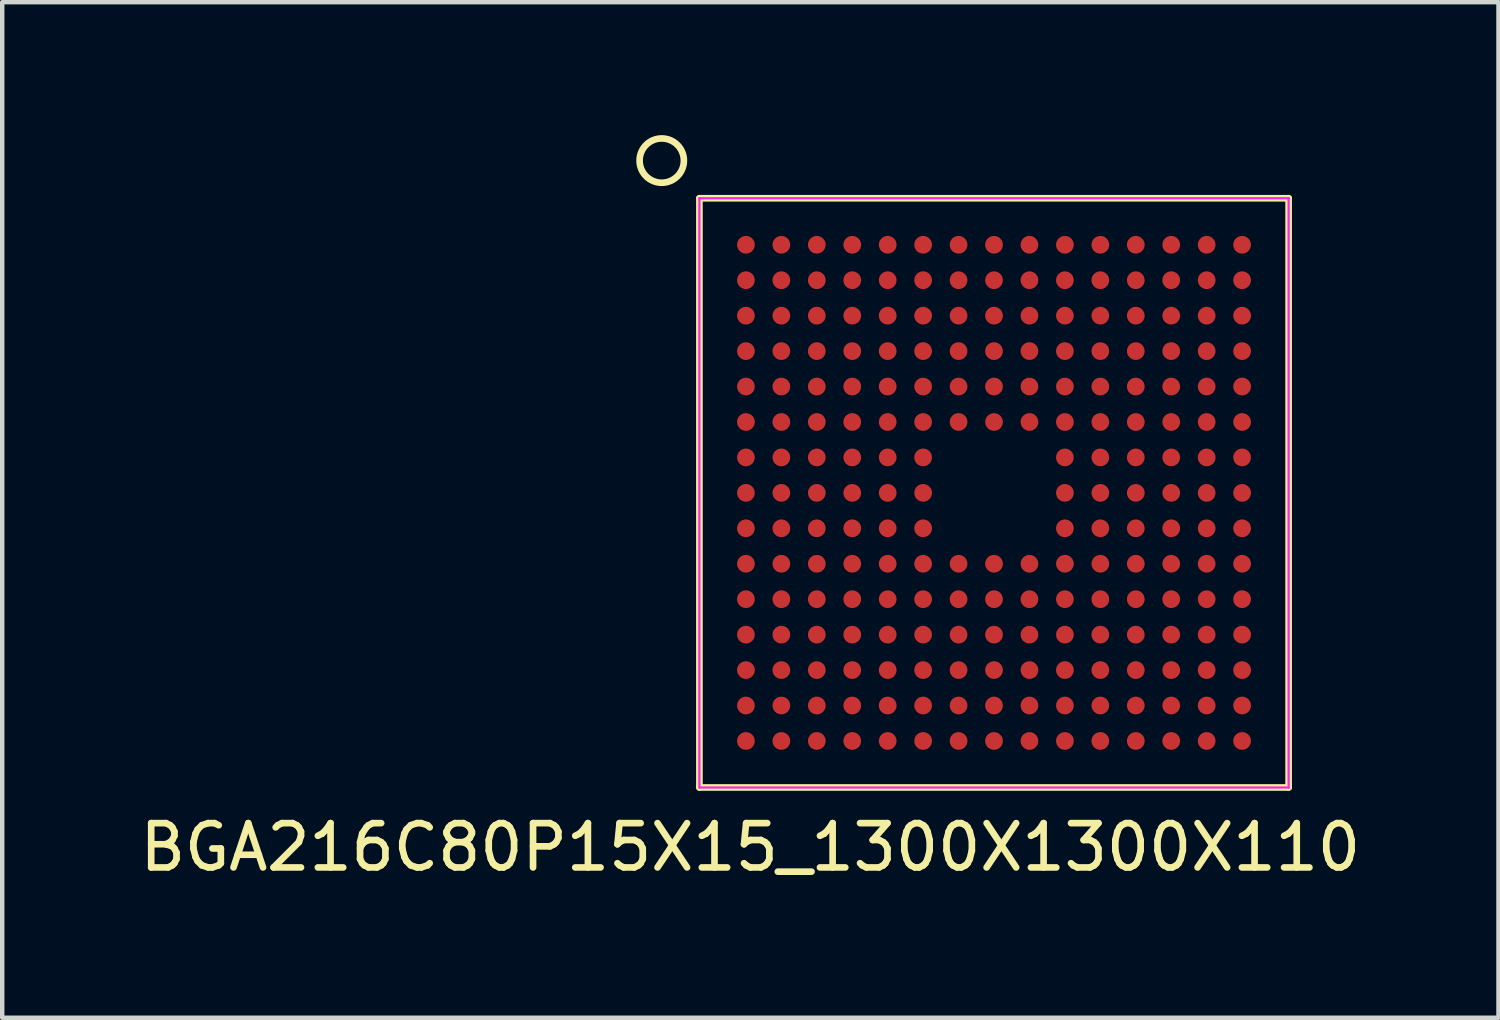
<source format=kicad_pcb>
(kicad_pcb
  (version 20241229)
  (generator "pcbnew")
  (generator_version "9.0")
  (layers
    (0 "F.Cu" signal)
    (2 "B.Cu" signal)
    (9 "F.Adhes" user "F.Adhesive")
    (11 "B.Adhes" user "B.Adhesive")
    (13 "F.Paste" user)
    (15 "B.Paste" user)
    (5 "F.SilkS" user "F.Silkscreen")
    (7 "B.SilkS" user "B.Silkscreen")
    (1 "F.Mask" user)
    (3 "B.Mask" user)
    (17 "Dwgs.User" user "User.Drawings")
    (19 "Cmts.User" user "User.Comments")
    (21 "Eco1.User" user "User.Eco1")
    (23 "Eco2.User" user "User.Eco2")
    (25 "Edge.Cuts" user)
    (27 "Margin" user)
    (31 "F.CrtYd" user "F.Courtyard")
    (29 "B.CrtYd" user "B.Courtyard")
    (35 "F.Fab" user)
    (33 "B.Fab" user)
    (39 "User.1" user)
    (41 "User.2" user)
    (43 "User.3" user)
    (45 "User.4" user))
  (footprint "BGA216C80P15X15_1300X1300X110"
    (layer "F.Cu")
    (at 19.387 8.075)
    (property "Reference" "BGA216C80P15X15_1300X1300X110" (at -5.5 8 0) (layer "F.SilkS") (effects (font (size 1 1) (thickness 0.15))))
    (attr smd)
    (fp_line (start -6.65 -6.65) (end -6.65 6.65) (stroke (width 0.15) (type solid)) (layer "F.SilkS"))
    (fp_line (start -6.65 6.65) (end 6.65 6.65) (stroke (width 0.15) (type solid)) (layer "F.SilkS"))
    (fp_line (start 6.65 -6.65) (end -6.65 -6.65) (stroke (width 0.15) (type solid)) (layer "F.SilkS"))
    (fp_line (start 6.65 6.65) (end 6.65 -6.65) (stroke (width 0.15) (type solid)) (layer "F.SilkS"))
    (fp_circle (center -7.5 -7.5) (end -7.5 -8) (stroke (width 0.15) (type solid)) (fill no) (layer "F.SilkS"))
    (fp_line (start -6.65 -6.65) (end -6.65 6.65) (stroke (width 0.05) (type solid)) (layer "F.CrtYd"))
    (fp_line (start -6.65 6.65) (end 6.65 6.65) (stroke (width 0.05) (type solid)) (layer "F.CrtYd"))
    (fp_line (start 6.65 -6.65) (end -6.65 -6.65) (stroke (width 0.05) (type solid)) (layer "F.CrtYd"))
    (fp_line (start 6.65 6.65) (end 6.65 -6.65) (stroke (width 0.05) (type solid)) (layer "F.CrtYd"))
    (pad "A1" smd circle (at -5.6 -5.6) (size 0.4 0.4) (layers "F.Cu" "F.Mask" "F.Paste"))
    (pad "A2" smd circle (at -4.8 -5.6) (size 0.4 0.4) (layers "F.Cu" "F.Mask" "F.Paste"))
    (pad "A3" smd circle (at -4 -5.6) (size 0.4 0.4) (layers "F.Cu" "F.Mask" "F.Paste"))
    (pad "A4" smd circle (at -3.2 -5.6) (size 0.4 0.4) (layers "F.Cu" "F.Mask" "F.Paste"))
    (pad "A5" smd circle (at -2.4 -5.6) (size 0.4 0.4) (layers "F.Cu" "F.Mask" "F.Paste"))
    (pad "A6" smd circle (at -1.6 -5.6) (size 0.4 0.4) (layers "F.Cu" "F.Mask" "F.Paste"))
    (pad "A7" smd circle (at -0.8 -5.6) (size 0.4 0.4) (layers "F.Cu" "F.Mask" "F.Paste"))
    (pad "A8" smd circle (at 0 -5.6) (size 0.4 0.4) (layers "F.Cu" "F.Mask" "F.Paste"))
    (pad "A9" smd circle (at 0.8 -5.6) (size 0.4 0.4) (layers "F.Cu" "F.Mask" "F.Paste"))
    (pad "A10" smd circle (at 1.6 -5.6) (size 0.4 0.4) (layers "F.Cu" "F.Mask" "F.Paste"))
    (pad "A11" smd circle (at 2.4 -5.6) (size 0.4 0.4) (layers "F.Cu" "F.Mask" "F.Paste"))
    (pad "A12" smd circle (at 3.2 -5.6) (size 0.4 0.4) (layers "F.Cu" "F.Mask" "F.Paste"))
    (pad "A13" smd circle (at 4 -5.6) (size 0.4 0.4) (layers "F.Cu" "F.Mask" "F.Paste"))
    (pad "A14" smd circle (at 4.8 -5.6) (size 0.4 0.4) (layers "F.Cu" "F.Mask" "F.Paste"))
    (pad "A15" smd circle (at 5.6 -5.6) (size 0.4 0.4) (layers "F.Cu" "F.Mask" "F.Paste"))
    (pad "B1" smd circle (at -5.6 -4.8) (size 0.4 0.4) (layers "F.Cu" "F.Mask" "F.Paste"))
    (pad "B2" smd circle (at -4.8 -4.8) (size 0.4 0.4) (layers "F.Cu" "F.Mask" "F.Paste"))
    (pad "B3" smd circle (at -4 -4.8) (size 0.4 0.4) (layers "F.Cu" "F.Mask" "F.Paste"))
    (pad "B4" smd circle (at -3.2 -4.8) (size 0.4 0.4) (layers "F.Cu" "F.Mask" "F.Paste"))
    (pad "B5" smd circle (at -2.4 -4.8) (size 0.4 0.4) (layers "F.Cu" "F.Mask" "F.Paste"))
    (pad "B6" smd circle (at -1.6 -4.8) (size 0.4 0.4) (layers "F.Cu" "F.Mask" "F.Paste"))
    (pad "B7" smd circle (at -0.8 -4.8) (size 0.4 0.4) (layers "F.Cu" "F.Mask" "F.Paste"))
    (pad "B8" smd circle (at 0 -4.8) (size 0.4 0.4) (layers "F.Cu" "F.Mask" "F.Paste"))
    (pad "B9" smd circle (at 0.8 -4.8) (size 0.4 0.4) (layers "F.Cu" "F.Mask" "F.Paste"))
    (pad "B10" smd circle (at 1.6 -4.8) (size 0.4 0.4) (layers "F.Cu" "F.Mask" "F.Paste"))
    (pad "B11" smd circle (at 2.4 -4.8) (size 0.4 0.4) (layers "F.Cu" "F.Mask" "F.Paste"))
    (pad "B12" smd circle (at 3.2 -4.8) (size 0.4 0.4) (layers "F.Cu" "F.Mask" "F.Paste"))
    (pad "B13" smd circle (at 4 -4.8) (size 0.4 0.4) (layers "F.Cu" "F.Mask" "F.Paste"))
    (pad "B14" smd circle (at 4.8 -4.8) (size 0.4 0.4) (layers "F.Cu" "F.Mask" "F.Paste"))
    (pad "B15" smd circle (at 5.6 -4.8) (size 0.4 0.4) (layers "F.Cu" "F.Mask" "F.Paste"))
    (pad "C1" smd circle (at -5.6 -4) (size 0.4 0.4) (layers "F.Cu" "F.Mask" "F.Paste"))
    (pad "C2" smd circle (at -4.8 -4) (size 0.4 0.4) (layers "F.Cu" "F.Mask" "F.Paste"))
    (pad "C3" smd circle (at -4 -4) (size 0.4 0.4) (layers "F.Cu" "F.Mask" "F.Paste"))
    (pad "C4" smd circle (at -3.2 -4) (size 0.4 0.4) (layers "F.Cu" "F.Mask" "F.Paste"))
    (pad "C5" smd circle (at -2.4 -4) (size 0.4 0.4) (layers "F.Cu" "F.Mask" "F.Paste"))
    (pad "C6" smd circle (at -1.6 -4) (size 0.4 0.4) (layers "F.Cu" "F.Mask" "F.Paste"))
    (pad "C7" smd circle (at -0.8 -4) (size 0.4 0.4) (layers "F.Cu" "F.Mask" "F.Paste"))
    (pad "C8" smd circle (at 0 -4) (size 0.4 0.4) (layers "F.Cu" "F.Mask" "F.Paste"))
    (pad "C9" smd circle (at 0.8 -4) (size 0.4 0.4) (layers "F.Cu" "F.Mask" "F.Paste"))
    (pad "C10" smd circle (at 1.6 -4) (size 0.4 0.4) (layers "F.Cu" "F.Mask" "F.Paste"))
    (pad "C11" smd circle (at 2.4 -4) (size 0.4 0.4) (layers "F.Cu" "F.Mask" "F.Paste"))
    (pad "C12" smd circle (at 3.2 -4) (size 0.4 0.4) (layers "F.Cu" "F.Mask" "F.Paste"))
    (pad "C13" smd circle (at 4 -4) (size 0.4 0.4) (layers "F.Cu" "F.Mask" "F.Paste"))
    (pad "C14" smd circle (at 4.8 -4) (size 0.4 0.4) (layers "F.Cu" "F.Mask" "F.Paste"))
    (pad "C15" smd circle (at 5.6 -4) (size 0.4 0.4) (layers "F.Cu" "F.Mask" "F.Paste"))
    (pad "D1" smd circle (at -5.6 -3.2) (size 0.4 0.4) (layers "F.Cu" "F.Mask" "F.Paste"))
    (pad "D2" smd circle (at -4.8 -3.2) (size 0.4 0.4) (layers "F.Cu" "F.Mask" "F.Paste"))
    (pad "D3" smd circle (at -4 -3.2) (size 0.4 0.4) (layers "F.Cu" "F.Mask" "F.Paste"))
    (pad "D4" smd circle (at -3.2 -3.2) (size 0.4 0.4) (layers "F.Cu" "F.Mask" "F.Paste"))
    (pad "D5" smd circle (at -2.4 -3.2) (size 0.4 0.4) (layers "F.Cu" "F.Mask" "F.Paste"))
    (pad "D6" smd circle (at -1.6 -3.2) (size 0.4 0.4) (layers "F.Cu" "F.Mask" "F.Paste"))
    (pad "D7" smd circle (at -0.8 -3.2) (size 0.4 0.4) (layers "F.Cu" "F.Mask" "F.Paste"))
    (pad "D8" smd circle (at 0 -3.2) (size 0.4 0.4) (layers "F.Cu" "F.Mask" "F.Paste"))
    (pad "D9" smd circle (at 0.8 -3.2) (size 0.4 0.4) (layers "F.Cu" "F.Mask" "F.Paste"))
    (pad "D10" smd circle (at 1.6 -3.2) (size 0.4 0.4) (layers "F.Cu" "F.Mask" "F.Paste"))
    (pad "D11" smd circle (at 2.4 -3.2) (size 0.4 0.4) (layers "F.Cu" "F.Mask" "F.Paste"))
    (pad "D12" smd circle (at 3.2 -3.2) (size 0.4 0.4) (layers "F.Cu" "F.Mask" "F.Paste"))
    (pad "D13" smd circle (at 4 -3.2) (size 0.4 0.4) (layers "F.Cu" "F.Mask" "F.Paste"))
    (pad "D14" smd circle (at 4.8 -3.2) (size 0.4 0.4) (layers "F.Cu" "F.Mask" "F.Paste"))
    (pad "D15" smd circle (at 5.6 -3.2) (size 0.4 0.4) (layers "F.Cu" "F.Mask" "F.Paste"))
    (pad "E1" smd circle (at -5.6 -2.4) (size 0.4 0.4) (layers "F.Cu" "F.Mask" "F.Paste"))
    (pad "E2" smd circle (at -4.8 -2.4) (size 0.4 0.4) (layers "F.Cu" "F.Mask" "F.Paste"))
    (pad "E3" smd circle (at -4 -2.4) (size 0.4 0.4) (layers "F.Cu" "F.Mask" "F.Paste"))
    (pad "E4" smd circle (at -3.2 -2.4) (size 0.4 0.4) (layers "F.Cu" "F.Mask" "F.Paste"))
    (pad "E5" smd circle (at -2.4 -2.4) (size 0.4 0.4) (layers "F.Cu" "F.Mask" "F.Paste"))
    (pad "E6" smd circle (at -1.6 -2.4) (size 0.4 0.4) (layers "F.Cu" "F.Mask" "F.Paste"))
    (pad "E7" smd circle (at -0.8 -2.4) (size 0.4 0.4) (layers "F.Cu" "F.Mask" "F.Paste"))
    (pad "E8" smd circle (at 0 -2.4) (size 0.4 0.4) (layers "F.Cu" "F.Mask" "F.Paste"))
    (pad "E9" smd circle (at 0.8 -2.4) (size 0.4 0.4) (layers "F.Cu" "F.Mask" "F.Paste"))
    (pad "E10" smd circle (at 1.6 -2.4) (size 0.4 0.4) (layers "F.Cu" "F.Mask" "F.Paste"))
    (pad "E11" smd circle (at 2.4 -2.4) (size 0.4 0.4) (layers "F.Cu" "F.Mask" "F.Paste"))
    (pad "E12" smd circle (at 3.2 -2.4) (size 0.4 0.4) (layers "F.Cu" "F.Mask" "F.Paste"))
    (pad "E13" smd circle (at 4 -2.4) (size 0.4 0.4) (layers "F.Cu" "F.Mask" "F.Paste"))
    (pad "E14" smd circle (at 4.8 -2.4) (size 0.4 0.4) (layers "F.Cu" "F.Mask" "F.Paste"))
    (pad "E15" smd circle (at 5.6 -2.4) (size 0.4 0.4) (layers "F.Cu" "F.Mask" "F.Paste"))
    (pad "F1" smd circle (at -5.6 -1.6) (size 0.4 0.4) (layers "F.Cu" "F.Mask" "F.Paste"))
    (pad "F2" smd circle (at -4.8 -1.6) (size 0.4 0.4) (layers "F.Cu" "F.Mask" "F.Paste"))
    (pad "F3" smd circle (at -4 -1.6) (size 0.4 0.4) (layers "F.Cu" "F.Mask" "F.Paste"))
    (pad "F4" smd circle (at -3.2 -1.6) (size 0.4 0.4) (layers "F.Cu" "F.Mask" "F.Paste"))
    (pad "F5" smd circle (at -2.4 -1.6) (size 0.4 0.4) (layers "F.Cu" "F.Mask" "F.Paste"))
    (pad "F6" smd circle (at -1.6 -1.6) (size 0.4 0.4) (layers "F.Cu" "F.Mask" "F.Paste"))
    (pad "F7" smd circle (at -0.8 -1.6) (size 0.4 0.4) (layers "F.Cu" "F.Mask" "F.Paste"))
    (pad "F8" smd circle (at 0 -1.6) (size 0.4 0.4) (layers "F.Cu" "F.Mask" "F.Paste"))
    (pad "F9" smd circle (at 0.8 -1.6) (size 0.4 0.4) (layers "F.Cu" "F.Mask" "F.Paste"))
    (pad "F10" smd circle (at 1.6 -1.6) (size 0.4 0.4) (layers "F.Cu" "F.Mask" "F.Paste"))
    (pad "F11" smd circle (at 2.4 -1.6) (size 0.4 0.4) (layers "F.Cu" "F.Mask" "F.Paste"))
    (pad "F12" smd circle (at 3.2 -1.6) (size 0.4 0.4) (layers "F.Cu" "F.Mask" "F.Paste"))
    (pad "F13" smd circle (at 4 -1.6) (size 0.4 0.4) (layers "F.Cu" "F.Mask" "F.Paste"))
    (pad "F14" smd circle (at 4.8 -1.6) (size 0.4 0.4) (layers "F.Cu" "F.Mask" "F.Paste"))
    (pad "F15" smd circle (at 5.6 -1.6) (size 0.4 0.4) (layers "F.Cu" "F.Mask" "F.Paste"))
    (pad "G1" smd circle (at -5.6 -0.8) (size 0.4 0.4) (layers "F.Cu" "F.Mask" "F.Paste"))
    (pad "G2" smd circle (at -4.8 -0.8) (size 0.4 0.4) (layers "F.Cu" "F.Mask" "F.Paste"))
    (pad "G3" smd circle (at -4 -0.8) (size 0.4 0.4) (layers "F.Cu" "F.Mask" "F.Paste"))
    (pad "G4" smd circle (at -3.2 -0.8) (size 0.4 0.4) (layers "F.Cu" "F.Mask" "F.Paste"))
    (pad "G5" smd circle (at -2.4 -0.8) (size 0.4 0.4) (layers "F.Cu" "F.Mask" "F.Paste"))
    (pad "G6" smd circle (at -1.6 -0.8) (size 0.4 0.4) (layers "F.Cu" "F.Mask" "F.Paste"))
    (pad "G10" smd circle (at 1.6 -0.8) (size 0.4 0.4) (layers "F.Cu" "F.Mask" "F.Paste"))
    (pad "G11" smd circle (at 2.4 -0.8) (size 0.4 0.4) (layers "F.Cu" "F.Mask" "F.Paste"))
    (pad "G12" smd circle (at 3.2 -0.8) (size 0.4 0.4) (layers "F.Cu" "F.Mask" "F.Paste"))
    (pad "G13" smd circle (at 4 -0.8) (size 0.4 0.4) (layers "F.Cu" "F.Mask" "F.Paste"))
    (pad "G14" smd circle (at 4.8 -0.8) (size 0.4 0.4) (layers "F.Cu" "F.Mask" "F.Paste"))
    (pad "G15" smd circle (at 5.6 -0.8) (size 0.4 0.4) (layers "F.Cu" "F.Mask" "F.Paste"))
    (pad "H1" smd circle (at -5.6 0) (size 0.4 0.4) (layers "F.Cu" "F.Mask" "F.Paste"))
    (pad "H2" smd circle (at -4.8 0) (size 0.4 0.4) (layers "F.Cu" "F.Mask" "F.Paste"))
    (pad "H3" smd circle (at -4 0) (size 0.4 0.4) (layers "F.Cu" "F.Mask" "F.Paste"))
    (pad "H4" smd circle (at -3.2 0) (size 0.4 0.4) (layers "F.Cu" "F.Mask" "F.Paste"))
    (pad "H5" smd circle (at -2.4 0) (size 0.4 0.4) (layers "F.Cu" "F.Mask" "F.Paste"))
    (pad "H6" smd circle (at -1.6 0) (size 0.4 0.4) (layers "F.Cu" "F.Mask" "F.Paste"))
    (pad "H10" smd circle (at 1.6 0) (size 0.4 0.4) (layers "F.Cu" "F.Mask" "F.Paste"))
    (pad "H11" smd circle (at 2.4 0) (size 0.4 0.4) (layers "F.Cu" "F.Mask" "F.Paste"))
    (pad "H12" smd circle (at 3.2 0) (size 0.4 0.4) (layers "F.Cu" "F.Mask" "F.Paste"))
    (pad "H13" smd circle (at 4 0) (size 0.4 0.4) (layers "F.Cu" "F.Mask" "F.Paste"))
    (pad "H14" smd circle (at 4.8 0) (size 0.4 0.4) (layers "F.Cu" "F.Mask" "F.Paste"))
    (pad "H15" smd circle (at 5.6 0) (size 0.4 0.4) (layers "F.Cu" "F.Mask" "F.Paste"))
    (pad "J1" smd circle (at -5.6 0.8) (size 0.4 0.4) (layers "F.Cu" "F.Mask" "F.Paste"))
    (pad "J2" smd circle (at -4.8 0.8) (size 0.4 0.4) (layers "F.Cu" "F.Mask" "F.Paste"))
    (pad "J3" smd circle (at -4 0.8) (size 0.4 0.4) (layers "F.Cu" "F.Mask" "F.Paste"))
    (pad "J4" smd circle (at -3.2 0.8) (size 0.4 0.4) (layers "F.Cu" "F.Mask" "F.Paste"))
    (pad "J5" smd circle (at -2.4 0.8) (size 0.4 0.4) (layers "F.Cu" "F.Mask" "F.Paste"))
    (pad "J6" smd circle (at -1.6 0.8) (size 0.4 0.4) (layers "F.Cu" "F.Mask" "F.Paste"))
    (pad "J10" smd circle (at 1.6 0.8) (size 0.4 0.4) (layers "F.Cu" "F.Mask" "F.Paste"))
    (pad "J11" smd circle (at 2.4 0.8) (size 0.4 0.4) (layers "F.Cu" "F.Mask" "F.Paste"))
    (pad "J12" smd circle (at 3.2 0.8) (size 0.4 0.4) (layers "F.Cu" "F.Mask" "F.Paste"))
    (pad "J13" smd circle (at 4 0.8) (size 0.4 0.4) (layers "F.Cu" "F.Mask" "F.Paste"))
    (pad "J14" smd circle (at 4.8 0.8) (size 0.4 0.4) (layers "F.Cu" "F.Mask" "F.Paste"))
    (pad "J15" smd circle (at 5.6 0.8) (size 0.4 0.4) (layers "F.Cu" "F.Mask" "F.Paste"))
    (pad "K1" smd circle (at -5.6 1.6) (size 0.4 0.4) (layers "F.Cu" "F.Mask" "F.Paste"))
    (pad "K2" smd circle (at -4.8 1.6) (size 0.4 0.4) (layers "F.Cu" "F.Mask" "F.Paste"))
    (pad "K3" smd circle (at -4 1.6) (size 0.4 0.4) (layers "F.Cu" "F.Mask" "F.Paste"))
    (pad "K4" smd circle (at -3.2 1.6) (size 0.4 0.4) (layers "F.Cu" "F.Mask" "F.Paste"))
    (pad "K5" smd circle (at -2.4 1.6) (size 0.4 0.4) (layers "F.Cu" "F.Mask" "F.Paste"))
    (pad "K6" smd circle (at -1.6 1.6) (size 0.4 0.4) (layers "F.Cu" "F.Mask" "F.Paste"))
    (pad "K7" smd circle (at -0.8 1.6) (size 0.4 0.4) (layers "F.Cu" "F.Mask" "F.Paste"))
    (pad "K8" smd circle (at 0 1.6) (size 0.4 0.4) (layers "F.Cu" "F.Mask" "F.Paste"))
    (pad "K9" smd circle (at 0.8 1.6) (size 0.4 0.4) (layers "F.Cu" "F.Mask" "F.Paste"))
    (pad "K10" smd circle (at 1.6 1.6) (size 0.4 0.4) (layers "F.Cu" "F.Mask" "F.Paste"))
    (pad "K11" smd circle (at 2.4 1.6) (size 0.4 0.4) (layers "F.Cu" "F.Mask" "F.Paste"))
    (pad "K12" smd circle (at 3.2 1.6) (size 0.4 0.4) (layers "F.Cu" "F.Mask" "F.Paste"))
    (pad "K13" smd circle (at 4 1.6) (size 0.4 0.4) (layers "F.Cu" "F.Mask" "F.Paste"))
    (pad "K14" smd circle (at 4.8 1.6) (size 0.4 0.4) (layers "F.Cu" "F.Mask" "F.Paste"))
    (pad "K15" smd circle (at 5.6 1.6) (size 0.4 0.4) (layers "F.Cu" "F.Mask" "F.Paste"))
    (pad "L1" smd circle (at -5.6 2.4) (size 0.4 0.4) (layers "F.Cu" "F.Mask" "F.Paste"))
    (pad "L2" smd circle (at -4.8 2.4) (size 0.4 0.4) (layers "F.Cu" "F.Mask" "F.Paste"))
    (pad "L3" smd circle (at -4 2.4) (size 0.4 0.4) (layers "F.Cu" "F.Mask" "F.Paste"))
    (pad "L4" smd circle (at -3.2 2.4) (size 0.4 0.4) (layers "F.Cu" "F.Mask" "F.Paste"))
    (pad "L5" smd circle (at -2.4 2.4) (size 0.4 0.4) (layers "F.Cu" "F.Mask" "F.Paste"))
    (pad "L6" smd circle (at -1.6 2.4) (size 0.4 0.4) (layers "F.Cu" "F.Mask" "F.Paste"))
    (pad "L7" smd circle (at -0.8 2.4) (size 0.4 0.4) (layers "F.Cu" "F.Mask" "F.Paste"))
    (pad "L8" smd circle (at 0 2.4) (size 0.4 0.4) (layers "F.Cu" "F.Mask" "F.Paste"))
    (pad "L9" smd circle (at 0.8 2.4) (size 0.4 0.4) (layers "F.Cu" "F.Mask" "F.Paste"))
    (pad "L10" smd circle (at 1.6 2.4) (size 0.4 0.4) (layers "F.Cu" "F.Mask" "F.Paste"))
    (pad "L11" smd circle (at 2.4 2.4) (size 0.4 0.4) (layers "F.Cu" "F.Mask" "F.Paste"))
    (pad "L12" smd circle (at 3.2 2.4) (size 0.4 0.4) (layers "F.Cu" "F.Mask" "F.Paste"))
    (pad "L13" smd circle (at 4 2.4) (size 0.4 0.4) (layers "F.Cu" "F.Mask" "F.Paste"))
    (pad "L14" smd circle (at 4.8 2.4) (size 0.4 0.4) (layers "F.Cu" "F.Mask" "F.Paste"))
    (pad "L15" smd circle (at 5.6 2.4) (size 0.4 0.4) (layers "F.Cu" "F.Mask" "F.Paste"))
    (pad "M1" smd circle (at -5.6 3.2) (size 0.4 0.4) (layers "F.Cu" "F.Mask" "F.Paste"))
    (pad "M2" smd circle (at -4.8 3.2) (size 0.4 0.4) (layers "F.Cu" "F.Mask" "F.Paste"))
    (pad "M3" smd circle (at -4 3.2) (size 0.4 0.4) (layers "F.Cu" "F.Mask" "F.Paste"))
    (pad "M4" smd circle (at -3.2 3.2) (size 0.4 0.4) (layers "F.Cu" "F.Mask" "F.Paste"))
    (pad "M5" smd circle (at -2.4 3.2) (size 0.4 0.4) (layers "F.Cu" "F.Mask" "F.Paste"))
    (pad "M6" smd circle (at -1.6 3.2) (size 0.4 0.4) (layers "F.Cu" "F.Mask" "F.Paste"))
    (pad "M7" smd circle (at -0.8 3.2) (size 0.4 0.4) (layers "F.Cu" "F.Mask" "F.Paste"))
    (pad "M8" smd circle (at 0 3.2) (size 0.4 0.4) (layers "F.Cu" "F.Mask" "F.Paste"))
    (pad "M9" smd circle (at 0.8 3.2) (size 0.4 0.4) (layers "F.Cu" "F.Mask" "F.Paste"))
    (pad "M10" smd circle (at 1.6 3.2) (size 0.4 0.4) (layers "F.Cu" "F.Mask" "F.Paste"))
    (pad "M11" smd circle (at 2.4 3.2) (size 0.4 0.4) (layers "F.Cu" "F.Mask" "F.Paste"))
    (pad "M12" smd circle (at 3.2 3.2) (size 0.4 0.4) (layers "F.Cu" "F.Mask" "F.Paste"))
    (pad "M13" smd circle (at 4 3.2) (size 0.4 0.4) (layers "F.Cu" "F.Mask" "F.Paste"))
    (pad "M14" smd circle (at 4.8 3.2) (size 0.4 0.4) (layers "F.Cu" "F.Mask" "F.Paste"))
    (pad "M15" smd circle (at 5.6 3.2) (size 0.4 0.4) (layers "F.Cu" "F.Mask" "F.Paste"))
    (pad "N1" smd circle (at -5.6 4) (size 0.4 0.4) (layers "F.Cu" "F.Mask" "F.Paste"))
    (pad "N2" smd circle (at -4.8 4) (size 0.4 0.4) (layers "F.Cu" "F.Mask" "F.Paste"))
    (pad "N3" smd circle (at -4 4) (size 0.4 0.4) (layers "F.Cu" "F.Mask" "F.Paste"))
    (pad "N4" smd circle (at -3.2 4) (size 0.4 0.4) (layers "F.Cu" "F.Mask" "F.Paste"))
    (pad "N5" smd circle (at -2.4 4) (size 0.4 0.4) (layers "F.Cu" "F.Mask" "F.Paste"))
    (pad "N6" smd circle (at -1.6 4) (size 0.4 0.4) (layers "F.Cu" "F.Mask" "F.Paste"))
    (pad "N7" smd circle (at -0.8 4) (size 0.4 0.4) (layers "F.Cu" "F.Mask" "F.Paste"))
    (pad "N8" smd circle (at 0 4) (size 0.4 0.4) (layers "F.Cu" "F.Mask" "F.Paste"))
    (pad "N9" smd circle (at 0.8 4) (size 0.4 0.4) (layers "F.Cu" "F.Mask" "F.Paste"))
    (pad "N10" smd circle (at 1.6 4) (size 0.4 0.4) (layers "F.Cu" "F.Mask" "F.Paste"))
    (pad "N11" smd circle (at 2.4 4) (size 0.4 0.4) (layers "F.Cu" "F.Mask" "F.Paste"))
    (pad "N12" smd circle (at 3.2 4) (size 0.4 0.4) (layers "F.Cu" "F.Mask" "F.Paste"))
    (pad "N13" smd circle (at 4 4) (size 0.4 0.4) (layers "F.Cu" "F.Mask" "F.Paste"))
    (pad "N14" smd circle (at 4.8 4) (size 0.4 0.4) (layers "F.Cu" "F.Mask" "F.Paste"))
    (pad "N15" smd circle (at 5.6 4) (size 0.4 0.4) (layers "F.Cu" "F.Mask" "F.Paste"))
    (pad "P1" smd circle (at -5.6 4.8) (size 0.4 0.4) (layers "F.Cu" "F.Mask" "F.Paste"))
    (pad "P2" smd circle (at -4.8 4.8) (size 0.4 0.4) (layers "F.Cu" "F.Mask" "F.Paste"))
    (pad "P3" smd circle (at -4 4.8) (size 0.4 0.4) (layers "F.Cu" "F.Mask" "F.Paste"))
    (pad "P4" smd circle (at -3.2 4.8) (size 0.4 0.4) (layers "F.Cu" "F.Mask" "F.Paste"))
    (pad "P5" smd circle (at -2.4 4.8) (size 0.4 0.4) (layers "F.Cu" "F.Mask" "F.Paste"))
    (pad "P6" smd circle (at -1.6 4.8) (size 0.4 0.4) (layers "F.Cu" "F.Mask" "F.Paste"))
    (pad "P7" smd circle (at -0.8 4.8) (size 0.4 0.4) (layers "F.Cu" "F.Mask" "F.Paste"))
    (pad "P8" smd circle (at 0 4.8) (size 0.4 0.4) (layers "F.Cu" "F.Mask" "F.Paste"))
    (pad "P9" smd circle (at 0.8 4.8) (size 0.4 0.4) (layers "F.Cu" "F.Mask" "F.Paste"))
    (pad "P10" smd circle (at 1.6 4.8) (size 0.4 0.4) (layers "F.Cu" "F.Mask" "F.Paste"))
    (pad "P11" smd circle (at 2.4 4.8) (size 0.4 0.4) (layers "F.Cu" "F.Mask" "F.Paste"))
    (pad "P12" smd circle (at 3.2 4.8) (size 0.4 0.4) (layers "F.Cu" "F.Mask" "F.Paste"))
    (pad "P13" smd circle (at 4 4.8) (size 0.4 0.4) (layers "F.Cu" "F.Mask" "F.Paste"))
    (pad "P14" smd circle (at 4.8 4.8) (size 0.4 0.4) (layers "F.Cu" "F.Mask" "F.Paste"))
    (pad "P15" smd circle (at 5.6 4.8) (size 0.4 0.4) (layers "F.Cu" "F.Mask" "F.Paste"))
    (pad "R1" smd circle (at -5.6 5.6) (size 0.4 0.4) (layers "F.Cu" "F.Mask" "F.Paste"))
    (pad "R2" smd circle (at -4.8 5.6) (size 0.4 0.4) (layers "F.Cu" "F.Mask" "F.Paste"))
    (pad "R3" smd circle (at -4 5.6) (size 0.4 0.4) (layers "F.Cu" "F.Mask" "F.Paste"))
    (pad "R4" smd circle (at -3.2 5.6) (size 0.4 0.4) (layers "F.Cu" "F.Mask" "F.Paste"))
    (pad "R5" smd circle (at -2.4 5.6) (size 0.4 0.4) (layers "F.Cu" "F.Mask" "F.Paste"))
    (pad "R6" smd circle (at -1.6 5.6) (size 0.4 0.4) (layers "F.Cu" "F.Mask" "F.Paste"))
    (pad "R7" smd circle (at -0.8 5.6) (size 0.4 0.4) (layers "F.Cu" "F.Mask" "F.Paste"))
    (pad "R8" smd circle (at 0 5.6) (size 0.4 0.4) (layers "F.Cu" "F.Mask" "F.Paste"))
    (pad "R9" smd circle (at 0.8 5.6) (size 0.4 0.4) (layers "F.Cu" "F.Mask" "F.Paste"))
    (pad "R10" smd circle (at 1.6 5.6) (size 0.4 0.4) (layers "F.Cu" "F.Mask" "F.Paste"))
    (pad "R11" smd circle (at 2.4 5.6) (size 0.4 0.4) (layers "F.Cu" "F.Mask" "F.Paste"))
    (pad "R12" smd circle (at 3.2 5.6) (size 0.4 0.4) (layers "F.Cu" "F.Mask" "F.Paste"))
    (pad "R13" smd circle (at 4 5.6) (size 0.4 0.4) (layers "F.Cu" "F.Mask" "F.Paste"))
    (pad "R14" smd circle (at 4.8 5.6) (size 0.4 0.4) (layers "F.Cu" "F.Mask" "F.Paste"))
    (pad "R15" smd circle (at 5.6 5.6) (size 0.4 0.4) (layers "F.Cu" "F.Mask" "F.Paste")))
  (gr_rect
    (start -3 -3)
    (end 30.774 19.923)
    (stroke (width 0.1) (type default))
    (fill no)
    (layer "Edge.Cuts")))
</source>
